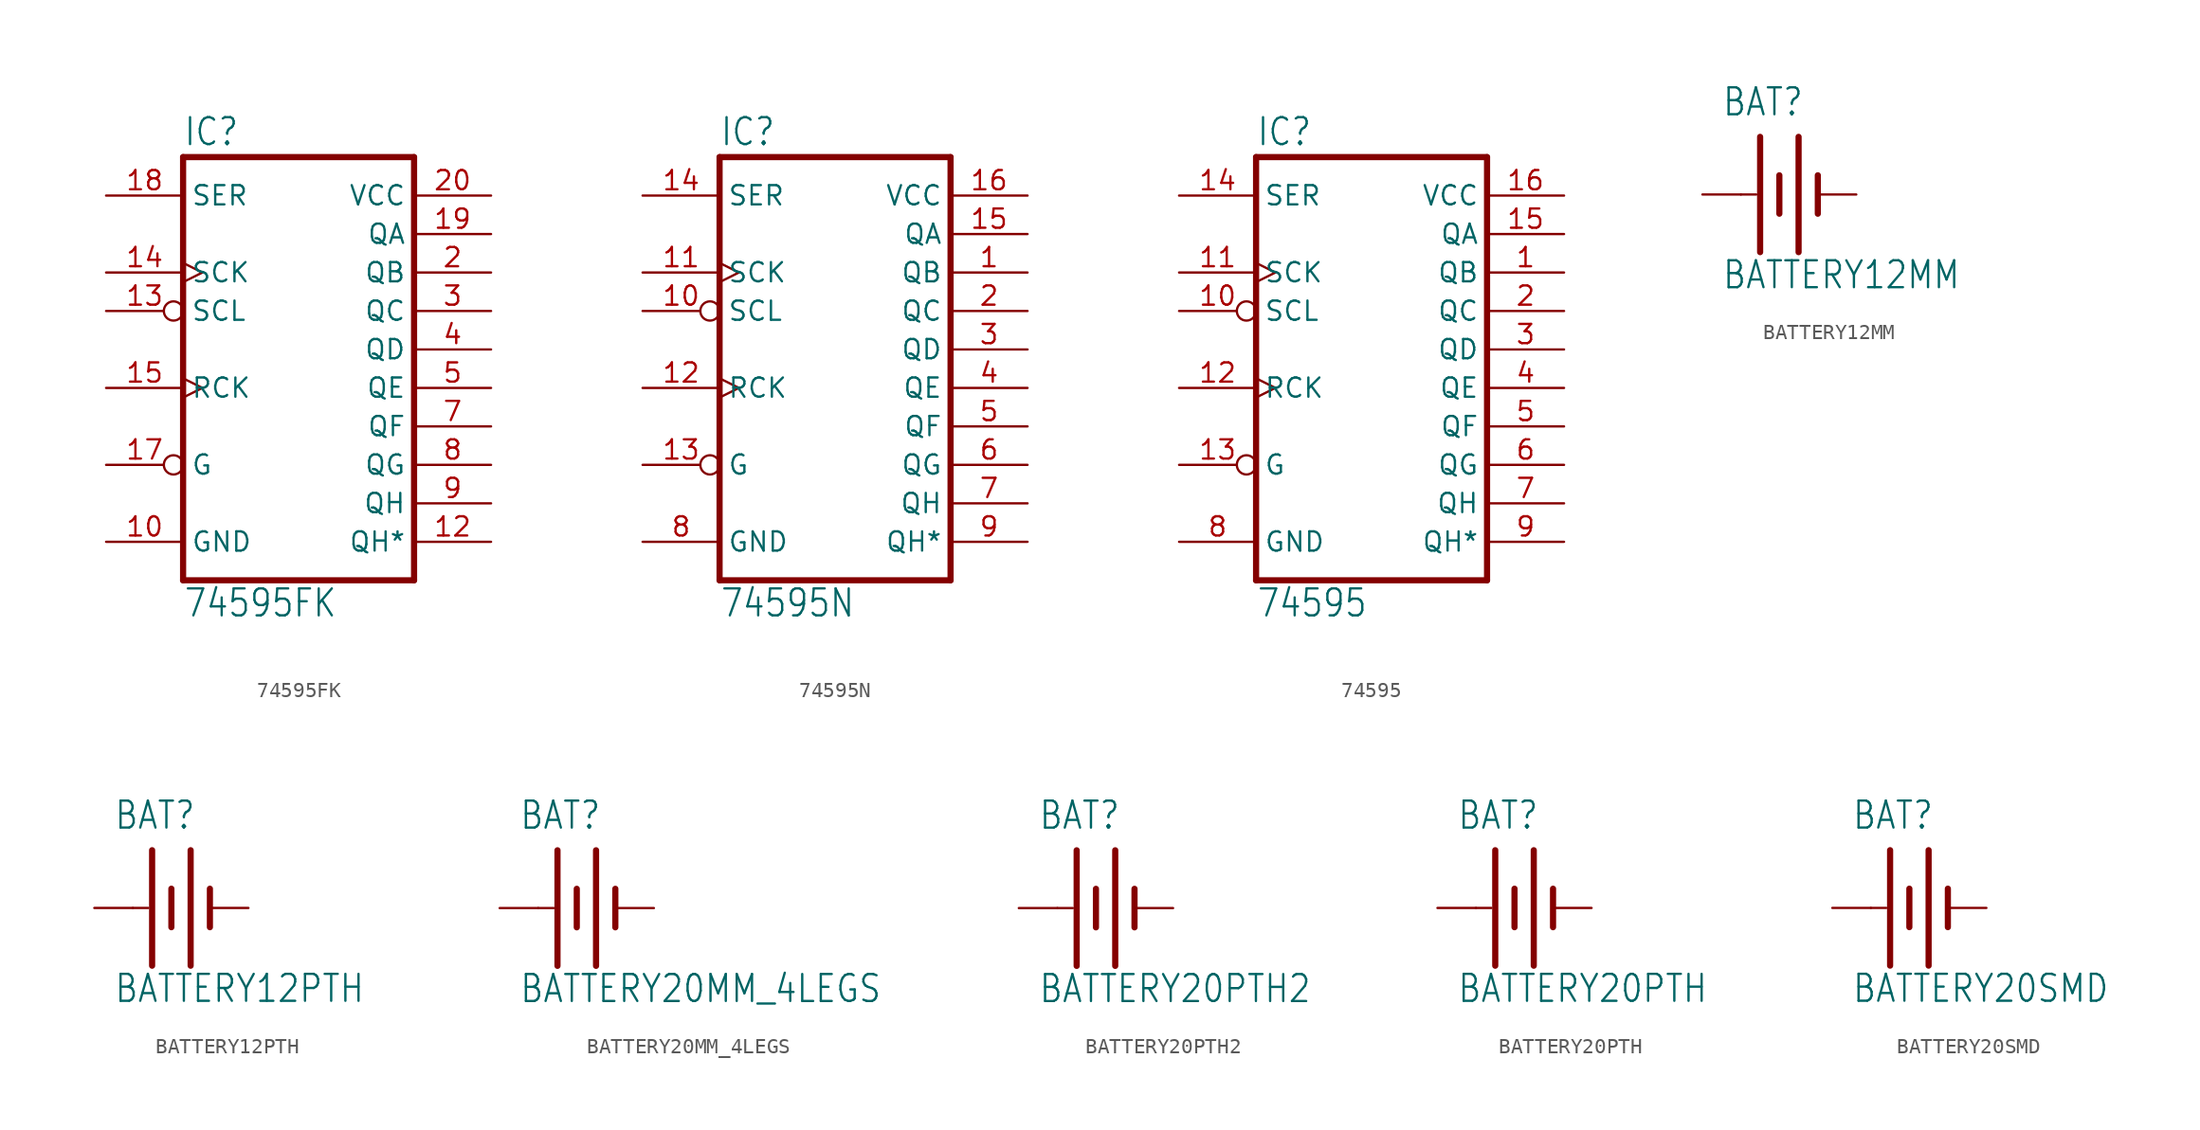
<source format=kicad_sym>
(kicad_symbol_lib
  (version 20211014)
  (generator kicad_symbol_editor)
  (symbol "74595FK"
    (property "Reference" "IC"
      (at -5.08 13.335 0)
      (effects (font (size 1.778 1.511)) (justify left bottom)))
    (property "Value" "74595FK"
      (at -5.08 -17.78 0)
      (effects (font (size 1.778 1.511)) (justify left bottom)))
    (property "ki_locked" ""
      (at 0 0 0)
      (effects (font (size 1.27 1.27))))
    (symbol "74595FK_1_0"
      (polyline (pts (xy -5.08 -15.24) (xy 10.16 -15.24)) (stroke (width 0.406) (type default) (color 0 0 0 0)) (fill (type none)))
      (polyline (pts (xy -5.08 12.7) (xy -5.08 -15.24)) (stroke (width 0.406) (type default) (color 0 0 0 0)) (fill (type none)))
      (polyline (pts (xy 10.16 -15.24) (xy 10.16 12.7)) (stroke (width 0.406) (type default) (color 0 0 0 0)) (fill (type none)))
      (polyline (pts (xy 10.16 12.7) (xy -5.08 12.7)) (stroke (width 0.406) (type default) (color 0 0 0 0)) (fill (type none)))
      (pin power_in line (at -10.16 -12.7 0) (length 5.08) (name "GND" (effects (font (size 1.27 1.27)))) (number "10" (effects (font (size 1.27 1.27)))))
      (pin tri_state line (at 15.24 -12.7 180) (length 5.08) (name "QH*" (effects (font (size 1.27 1.27)))) (number "12" (effects (font (size 1.27 1.27)))))
      (pin input inverted (at -10.16 2.54 0) (length 5.08) (name "SCL" (effects (font (size 1.27 1.27)))) (number "13" (effects (font (size 1.27 1.27)))))
      (pin input clock (at -10.16 5.08 0) (length 5.08) (name "SCK" (effects (font (size 1.27 1.27)))) (number "14" (effects (font (size 1.27 1.27)))))
      (pin input clock (at -10.16 -2.54 0) (length 5.08) (name "RCK" (effects (font (size 1.27 1.27)))) (number "15" (effects (font (size 1.27 1.27)))))
      (pin input inverted (at -10.16 -7.62 0) (length 5.08) (name "G" (effects (font (size 1.27 1.27)))) (number "17" (effects (font (size 1.27 1.27)))))
      (pin input line (at -10.16 10.16 0) (length 5.08) (name "SER" (effects (font (size 1.27 1.27)))) (number "18" (effects (font (size 1.27 1.27)))))
      (pin tri_state line (at 15.24 7.62 180) (length 5.08) (name "QA" (effects (font (size 1.27 1.27)))) (number "19" (effects (font (size 1.27 1.27)))))
      (pin tri_state line (at 15.24 5.08 180) (length 5.08) (name "QB" (effects (font (size 1.27 1.27)))) (number "2" (effects (font (size 1.27 1.27)))))
      (pin power_in line (at 15.24 10.16 180) (length 5.08) (name "VCC" (effects (font (size 1.27 1.27)))) (number "20" (effects (font (size 1.27 1.27)))))
      (pin tri_state line (at 15.24 2.54 180) (length 5.08) (name "QC" (effects (font (size 1.27 1.27)))) (number "3" (effects (font (size 1.27 1.27)))))
      (pin tri_state line (at 15.24 0 180) (length 5.08) (name "QD" (effects (font (size 1.27 1.27)))) (number "4" (effects (font (size 1.27 1.27)))))
      (pin tri_state line (at 15.24 -2.54 180) (length 5.08) (name "QE" (effects (font (size 1.27 1.27)))) (number "5" (effects (font (size 1.27 1.27)))))
      (pin tri_state line (at 15.24 -5.08 180) (length 5.08) (name "QF" (effects (font (size 1.27 1.27)))) (number "7" (effects (font (size 1.27 1.27)))))
      (pin tri_state line (at 15.24 -7.62 180) (length 5.08) (name "QG" (effects (font (size 1.27 1.27)))) (number "8" (effects (font (size 1.27 1.27)))))
      (pin tri_state line (at 15.24 -10.16 180) (length 5.08) (name "QH" (effects (font (size 1.27 1.27)))) (number "9" (effects (font (size 1.27 1.27)))))))
  (symbol "74595N"
    (property "Reference" "IC"
      (at -5.08 13.335 0)
      (effects (font (size 1.778 1.511)) (justify left bottom)))
    (property "Value" "74595N"
      (at -5.08 -17.78 0)
      (effects (font (size 1.778 1.511)) (justify left bottom)))
    (property "ki_locked" ""
      (at 0 0 0)
      (effects (font (size 1.27 1.27))))
    (symbol "74595N_1_0"
      (polyline (pts (xy -5.08 -15.24) (xy 10.16 -15.24)) (stroke (width 0.406) (type default) (color 0 0 0 0)) (fill (type none)))
      (polyline (pts (xy -5.08 12.7) (xy -5.08 -15.24)) (stroke (width 0.406) (type default) (color 0 0 0 0)) (fill (type none)))
      (polyline (pts (xy 10.16 -15.24) (xy 10.16 12.7)) (stroke (width 0.406) (type default) (color 0 0 0 0)) (fill (type none)))
      (polyline (pts (xy 10.16 12.7) (xy -5.08 12.7)) (stroke (width 0.406) (type default) (color 0 0 0 0)) (fill (type none)))
      (pin tri_state line (at 15.24 5.08 180) (length 5.08) (name "QB" (effects (font (size 1.27 1.27)))) (number "1" (effects (font (size 1.27 1.27)))))
      (pin input inverted (at -10.16 2.54 0) (length 5.08) (name "SCL" (effects (font (size 1.27 1.27)))) (number "10" (effects (font (size 1.27 1.27)))))
      (pin input clock (at -10.16 5.08 0) (length 5.08) (name "SCK" (effects (font (size 1.27 1.27)))) (number "11" (effects (font (size 1.27 1.27)))))
      (pin input clock (at -10.16 -2.54 0) (length 5.08) (name "RCK" (effects (font (size 1.27 1.27)))) (number "12" (effects (font (size 1.27 1.27)))))
      (pin input inverted (at -10.16 -7.62 0) (length 5.08) (name "G" (effects (font (size 1.27 1.27)))) (number "13" (effects (font (size 1.27 1.27)))))
      (pin input line (at -10.16 10.16 0) (length 5.08) (name "SER" (effects (font (size 1.27 1.27)))) (number "14" (effects (font (size 1.27 1.27)))))
      (pin tri_state line (at 15.24 7.62 180) (length 5.08) (name "QA" (effects (font (size 1.27 1.27)))) (number "15" (effects (font (size 1.27 1.27)))))
      (pin power_in line (at 15.24 10.16 180) (length 5.08) (name "VCC" (effects (font (size 1.27 1.27)))) (number "16" (effects (font (size 1.27 1.27)))))
      (pin tri_state line (at 15.24 2.54 180) (length 5.08) (name "QC" (effects (font (size 1.27 1.27)))) (number "2" (effects (font (size 1.27 1.27)))))
      (pin tri_state line (at 15.24 0 180) (length 5.08) (name "QD" (effects (font (size 1.27 1.27)))) (number "3" (effects (font (size 1.27 1.27)))))
      (pin tri_state line (at 15.24 -2.54 180) (length 5.08) (name "QE" (effects (font (size 1.27 1.27)))) (number "4" (effects (font (size 1.27 1.27)))))
      (pin tri_state line (at 15.24 -5.08 180) (length 5.08) (name "QF" (effects (font (size 1.27 1.27)))) (number "5" (effects (font (size 1.27 1.27)))))
      (pin tri_state line (at 15.24 -7.62 180) (length 5.08) (name "QG" (effects (font (size 1.27 1.27)))) (number "6" (effects (font (size 1.27 1.27)))))
      (pin tri_state line (at 15.24 -10.16 180) (length 5.08) (name "QH" (effects (font (size 1.27 1.27)))) (number "7" (effects (font (size 1.27 1.27)))))
      (pin power_in line (at -10.16 -12.7 0) (length 5.08) (name "GND" (effects (font (size 1.27 1.27)))) (number "8" (effects (font (size 1.27 1.27)))))
      (pin tri_state line (at 15.24 -12.7 180) (length 5.08) (name "QH*" (effects (font (size 1.27 1.27)))) (number "9" (effects (font (size 1.27 1.27)))))))
  (symbol "74595"
    (property "Reference" "IC"
      (at -5.08 13.335 0)
      (effects (font (size 1.778 1.511)) (justify left bottom)))
    (property "Value" "74595"
      (at -5.08 -17.78 0)
      (effects (font (size 1.778 1.511)) (justify left bottom)))
    (property "ki_locked" ""
      (at 0 0 0)
      (effects (font (size 1.27 1.27))))
    (symbol "74595_1_0"
      (polyline (pts (xy -5.08 -15.24) (xy 10.16 -15.24)) (stroke (width 0.406) (type default) (color 0 0 0 0)) (fill (type none)))
      (polyline (pts (xy -5.08 12.7) (xy -5.08 -15.24)) (stroke (width 0.406) (type default) (color 0 0 0 0)) (fill (type none)))
      (polyline (pts (xy 10.16 -15.24) (xy 10.16 12.7)) (stroke (width 0.406) (type default) (color 0 0 0 0)) (fill (type none)))
      (polyline (pts (xy 10.16 12.7) (xy -5.08 12.7)) (stroke (width 0.406) (type default) (color 0 0 0 0)) (fill (type none)))
      (pin tri_state line (at 15.24 5.08 180) (length 5.08) (name "QB" (effects (font (size 1.27 1.27)))) (number "1" (effects (font (size 1.27 1.27)))))
      (pin input inverted (at -10.16 2.54 0) (length 5.08) (name "SCL" (effects (font (size 1.27 1.27)))) (number "10" (effects (font (size 1.27 1.27)))))
      (pin input clock (at -10.16 5.08 0) (length 5.08) (name "SCK" (effects (font (size 1.27 1.27)))) (number "11" (effects (font (size 1.27 1.27)))))
      (pin input clock (at -10.16 -2.54 0) (length 5.08) (name "RCK" (effects (font (size 1.27 1.27)))) (number "12" (effects (font (size 1.27 1.27)))))
      (pin input inverted (at -10.16 -7.62 0) (length 5.08) (name "G" (effects (font (size 1.27 1.27)))) (number "13" (effects (font (size 1.27 1.27)))))
      (pin input line (at -10.16 10.16 0) (length 5.08) (name "SER" (effects (font (size 1.27 1.27)))) (number "14" (effects (font (size 1.27 1.27)))))
      (pin tri_state line (at 15.24 7.62 180) (length 5.08) (name "QA" (effects (font (size 1.27 1.27)))) (number "15" (effects (font (size 1.27 1.27)))))
      (pin power_in line (at 15.24 10.16 180) (length 5.08) (name "VCC" (effects (font (size 1.27 1.27)))) (number "16" (effects (font (size 1.27 1.27)))))
      (pin tri_state line (at 15.24 2.54 180) (length 5.08) (name "QC" (effects (font (size 1.27 1.27)))) (number "2" (effects (font (size 1.27 1.27)))))
      (pin tri_state line (at 15.24 0 180) (length 5.08) (name "QD" (effects (font (size 1.27 1.27)))) (number "3" (effects (font (size 1.27 1.27)))))
      (pin tri_state line (at 15.24 -2.54 180) (length 5.08) (name "QE" (effects (font (size 1.27 1.27)))) (number "4" (effects (font (size 1.27 1.27)))))
      (pin tri_state line (at 15.24 -5.08 180) (length 5.08) (name "QF" (effects (font (size 1.27 1.27)))) (number "5" (effects (font (size 1.27 1.27)))))
      (pin tri_state line (at 15.24 -7.62 180) (length 5.08) (name "QG" (effects (font (size 1.27 1.27)))) (number "6" (effects (font (size 1.27 1.27)))))
      (pin tri_state line (at 15.24 -10.16 180) (length 5.08) (name "QH" (effects (font (size 1.27 1.27)))) (number "7" (effects (font (size 1.27 1.27)))))
      (pin power_in line (at -10.16 -12.7 0) (length 5.08) (name "GND" (effects (font (size 1.27 1.27)))) (number "8" (effects (font (size 1.27 1.27)))))
      (pin tri_state line (at 15.24 -12.7 180) (length 5.08) (name "QH*" (effects (font (size 1.27 1.27)))) (number "9" (effects (font (size 1.27 1.27)))))))
  (symbol "BATTERY12MM"
    (property "Reference" "BAT"
      (at -3.81 5.08 0)
      (effects (font (size 1.778 1.511)) (justify left bottom)))
    (property "Value" "BATTERY12MM"
      (at -3.81 -6.35 0)
      (effects (font (size 1.778 1.511)) (justify left bottom)))
    (property "ki_locked" ""
      (at 0 0 0)
      (effects (font (size 1.27 1.27))))
    (symbol "BATTERY12MM_1_0"
      (polyline (pts (xy -2.54 0) (xy -1.524 0)) (stroke (width 0.152) (type default) (color 0 0 0 0)) (fill (type none)))
      (polyline (pts (xy -1.27 3.81) (xy -1.27 -3.81)) (stroke (width 0.406) (type default) (color 0 0 0 0)) (fill (type none)))
      (polyline (pts (xy 0 1.27) (xy 0 -1.27)) (stroke (width 0.406) (type default) (color 0 0 0 0)) (fill (type none)))
      (polyline (pts (xy 1.27 3.81) (xy 1.27 -3.81)) (stroke (width 0.406) (type default) (color 0 0 0 0)) (fill (type none)))
      (polyline (pts (xy 2.54 1.27) (xy 2.54 -1.27)) (stroke (width 0.406) (type default) (color 0 0 0 0)) (fill (type none)))
      (pin power_in line (at 5.08 0 180) (length 2.54) (name "-" (effects (font (size 0 0)))) (number "GND" (effects (font (size 0 0)))))
      (pin power_in line (at -5.08 0 0) (length 2.54) (name "+" (effects (font (size 0 0)))) (number "PWR@1" (effects (font (size 0 0)))))))
  (symbol "BATTERY12PTH"
    (property "Reference" "BAT"
      (at -3.81 5.08 0)
      (effects (font (size 1.778 1.511)) (justify left bottom)))
    (property "Value" "BATTERY12PTH"
      (at -3.81 -6.35 0)
      (effects (font (size 1.778 1.511)) (justify left bottom)))
    (property "ki_locked" ""
      (at 0 0 0)
      (effects (font (size 1.27 1.27))))
    (symbol "BATTERY12PTH_1_0"
      (polyline (pts (xy -2.54 0) (xy -1.524 0)) (stroke (width 0.152) (type default) (color 0 0 0 0)) (fill (type none)))
      (polyline (pts (xy -1.27 3.81) (xy -1.27 -3.81)) (stroke (width 0.406) (type default) (color 0 0 0 0)) (fill (type none)))
      (polyline (pts (xy 0 1.27) (xy 0 -1.27)) (stroke (width 0.406) (type default) (color 0 0 0 0)) (fill (type none)))
      (polyline (pts (xy 1.27 3.81) (xy 1.27 -3.81)) (stroke (width 0.406) (type default) (color 0 0 0 0)) (fill (type none)))
      (polyline (pts (xy 2.54 1.27) (xy 2.54 -1.27)) (stroke (width 0.406) (type default) (color 0 0 0 0)) (fill (type none)))
      (pin power_in line (at 5.08 0 180) (length 2.54) (name "-" (effects (font (size 0 0)))) (number "GND" (effects (font (size 0 0)))))
      (pin power_in line (at -5.08 0 0) (length 2.54) (name "+" (effects (font (size 0 0)))) (number "VCC@1" (effects (font (size 0 0)))))))
  (symbol "BATTERY20MM_4LEGS"
    (property "Reference" "BAT"
      (at -3.81 5.08 0)
      (effects (font (size 1.778 1.511)) (justify left bottom)))
    (property "Value" "BATTERY20MM_4LEGS"
      (at -3.81 -6.35 0)
      (effects (font (size 1.778 1.511)) (justify left bottom)))
    (property "ki_locked" ""
      (at 0 0 0)
      (effects (font (size 1.27 1.27))))
    (symbol "BATTERY20MM_4LEGS_1_0"
      (polyline (pts (xy -2.54 0) (xy -1.524 0)) (stroke (width 0.152) (type default) (color 0 0 0 0)) (fill (type none)))
      (polyline (pts (xy -1.27 3.81) (xy -1.27 -3.81)) (stroke (width 0.406) (type default) (color 0 0 0 0)) (fill (type none)))
      (polyline (pts (xy 0 1.27) (xy 0 -1.27)) (stroke (width 0.406) (type default) (color 0 0 0 0)) (fill (type none)))
      (polyline (pts (xy 1.27 3.81) (xy 1.27 -3.81)) (stroke (width 0.406) (type default) (color 0 0 0 0)) (fill (type none)))
      (polyline (pts (xy 2.54 1.27) (xy 2.54 -1.27)) (stroke (width 0.406) (type default) (color 0 0 0 0)) (fill (type none)))
      (pin power_in line (at -5.08 0 0) (length 2.54) (name "+" (effects (font (size 0 0)))) (number "1" (effects (font (size 0 0)))))
      (pin power_in line (at 5.08 0 180) (length 2.54) (name "-" (effects (font (size 0 0)))) (number "2" (effects (font (size 0 0)))))))
  (symbol "BATTERY20PTH2"
    (property "Reference" "BAT"
      (at -3.81 5.08 0)
      (effects (font (size 1.778 1.511)) (justify left bottom)))
    (property "Value" "BATTERY20PTH2"
      (at -3.81 -6.35 0)
      (effects (font (size 1.778 1.511)) (justify left bottom)))
    (property "ki_locked" ""
      (at 0 0 0)
      (effects (font (size 1.27 1.27))))
    (symbol "BATTERY20PTH2_1_0"
      (polyline (pts (xy -2.54 0) (xy -1.524 0)) (stroke (width 0.152) (type default) (color 0 0 0 0)) (fill (type none)))
      (polyline (pts (xy -1.27 3.81) (xy -1.27 -3.81)) (stroke (width 0.406) (type default) (color 0 0 0 0)) (fill (type none)))
      (polyline (pts (xy 0 1.27) (xy 0 -1.27)) (stroke (width 0.406) (type default) (color 0 0 0 0)) (fill (type none)))
      (polyline (pts (xy 1.27 3.81) (xy 1.27 -3.81)) (stroke (width 0.406) (type default) (color 0 0 0 0)) (fill (type none)))
      (polyline (pts (xy 2.54 1.27) (xy 2.54 -1.27)) (stroke (width 0.406) (type default) (color 0 0 0 0)) (fill (type none)))
      (pin power_in line (at -5.08 0 0) (length 2.54) (name "+" (effects (font (size 0 0)))) (number "+" (effects (font (size 0 0)))))
      (pin power_in line (at 5.08 0 180) (length 2.54) (name "-" (effects (font (size 0 0)))) (number "-" (effects (font (size 0 0)))))))
  (symbol "BATTERY20PTH"
    (property "Reference" "BAT"
      (at -3.81 5.08 0)
      (effects (font (size 1.778 1.511)) (justify left bottom)))
    (property "Value" "BATTERY20PTH"
      (at -3.81 -6.35 0)
      (effects (font (size 1.778 1.511)) (justify left bottom)))
    (property "ki_locked" ""
      (at 0 0 0)
      (effects (font (size 1.27 1.27))))
    (symbol "BATTERY20PTH_1_0"
      (polyline (pts (xy -2.54 0) (xy -1.524 0)) (stroke (width 0.152) (type default) (color 0 0 0 0)) (fill (type none)))
      (polyline (pts (xy -1.27 3.81) (xy -1.27 -3.81)) (stroke (width 0.406) (type default) (color 0 0 0 0)) (fill (type none)))
      (polyline (pts (xy 0 1.27) (xy 0 -1.27)) (stroke (width 0.406) (type default) (color 0 0 0 0)) (fill (type none)))
      (polyline (pts (xy 1.27 3.81) (xy 1.27 -3.81)) (stroke (width 0.406) (type default) (color 0 0 0 0)) (fill (type none)))
      (polyline (pts (xy 2.54 1.27) (xy 2.54 -1.27)) (stroke (width 0.406) (type default) (color 0 0 0 0)) (fill (type none)))
      (pin power_in line (at -5.08 0 0) (length 2.54) (name "+" (effects (font (size 0 0)))) (number "1" (effects (font (size 0 0)))))
      (pin power_in line (at 5.08 0 180) (length 2.54) (name "-" (effects (font (size 0 0)))) (number "2" (effects (font (size 0 0)))))))
  (symbol "BATTERY20SMD"
    (property "Reference" "BAT"
      (at -3.81 5.08 0)
      (effects (font (size 1.778 1.511)) (justify left bottom)))
    (property "Value" "BATTERY20SMD"
      (at -3.81 -6.35 0)
      (effects (font (size 1.778 1.511)) (justify left bottom)))
    (property "ki_locked" ""
      (at 0 0 0)
      (effects (font (size 1.27 1.27))))
    (symbol "BATTERY20SMD_1_0"
      (polyline (pts (xy -2.54 0) (xy -1.524 0)) (stroke (width 0.152) (type default) (color 0 0 0 0)) (fill (type none)))
      (polyline (pts (xy -1.27 3.81) (xy -1.27 -3.81)) (stroke (width 0.406) (type default) (color 0 0 0 0)) (fill (type none)))
      (polyline (pts (xy 0 1.27) (xy 0 -1.27)) (stroke (width 0.406) (type default) (color 0 0 0 0)) (fill (type none)))
      (polyline (pts (xy 1.27 3.81) (xy 1.27 -3.81)) (stroke (width 0.406) (type default) (color 0 0 0 0)) (fill (type none)))
      (polyline (pts (xy 2.54 1.27) (xy 2.54 -1.27)) (stroke (width 0.406) (type default) (color 0 0 0 0)) (fill (type none)))
      (pin power_in line (at -5.08 0 0) (length 2.54) (name "+" (effects (font (size 0 0)))) (number "1" (effects (font (size 0 0)))))
      (pin power_in line (at 5.08 0 180) (length 2.54) (name "-" (effects (font (size 0 0)))) (number "2" (effects (font (size 0 0))))))))
</source>
